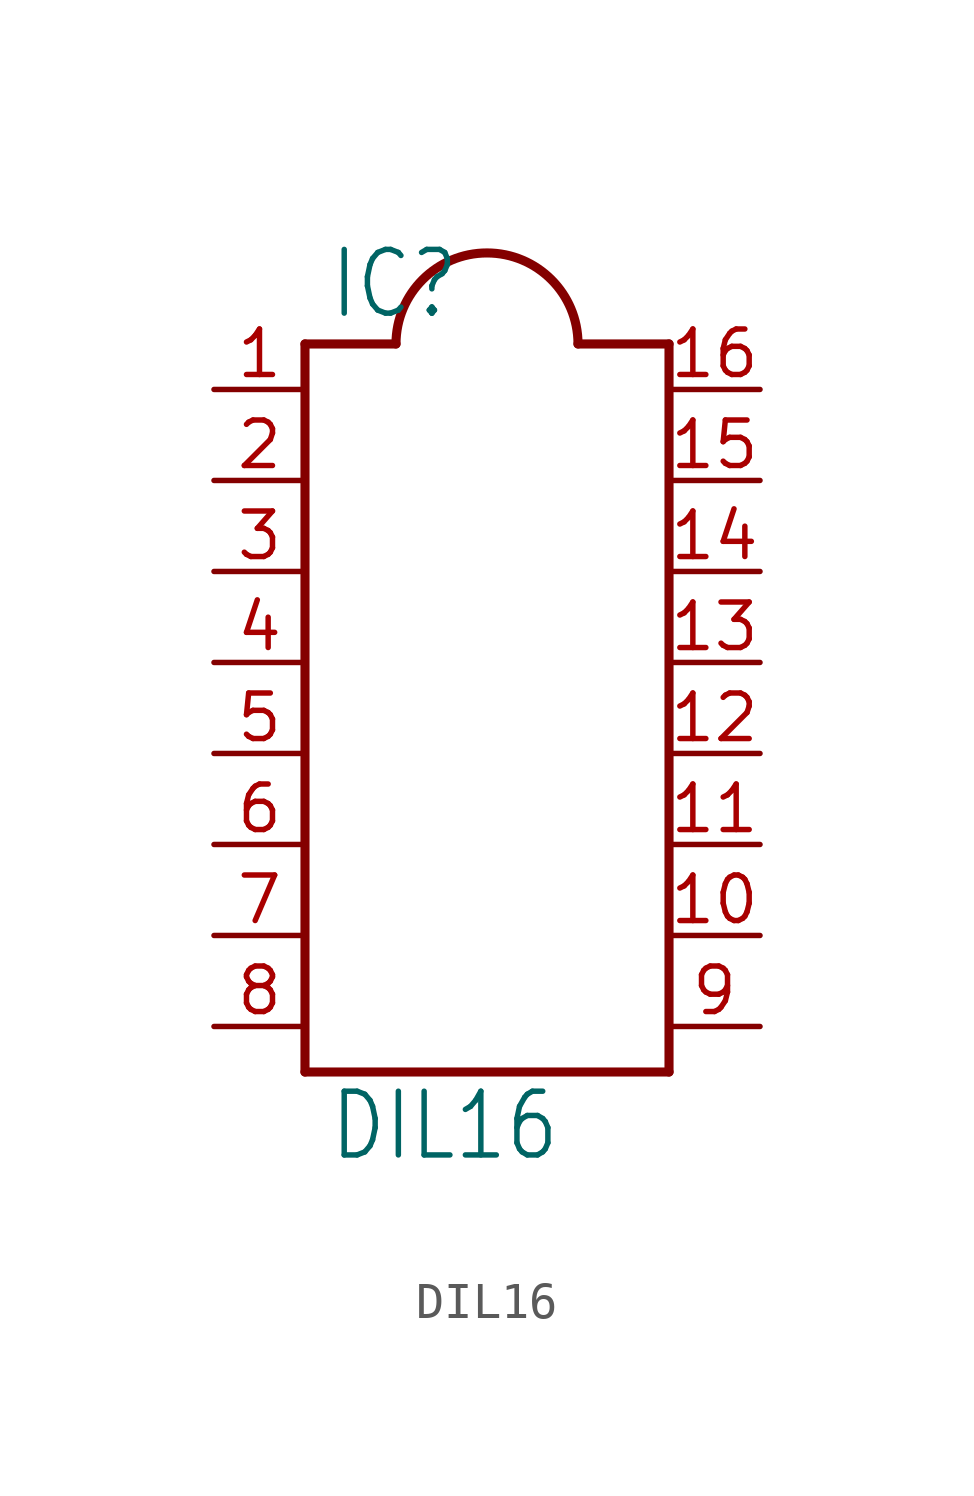
<source format=kicad_sym>
(kicad_symbol_lib
  (version 20220914)
  (generator kicad_symbol_editor)
  (symbol "DIL16"
    (property "Reference" "IC"
      (at -4.445 9.525 0)
      (effects (font (size 1.778 1.511)) (justify left bottom)))
    (property "Value" "DIL16"
      (at -4.445 -13.97 0)
      (effects (font (size 1.778 1.511)) (justify left bottom)))
    (property "ki_locked" ""
      (at 0 0 0)
      (effects (font (size 1.27 1.27))))
    (symbol "DIL16_1_0"
      (polyline (pts (xy -5.08 -11.43) (xy 5.08 -11.43)) (stroke (width 0.254) (type default)) (fill (type none)))
      (polyline (pts (xy -5.08 8.89) (xy -5.08 -11.43)) (stroke (width 0.254) (type default)) (fill (type none)))
      (polyline (pts (xy -5.08 8.89) (xy -2.54 8.89)) (stroke (width 0.254) (type default)) (fill (type none)))
      (polyline (pts (xy 5.08 -11.43) (xy 5.08 8.89)) (stroke (width 0.254) (type default)) (fill (type none)))
      (polyline (pts (xy 5.08 8.89) (xy 2.54 8.89)) (stroke (width 0.254) (type default)) (fill (type none)))
      (arc (start 2.54 8.89) (mid 0 11.419) (end -2.54 8.89) (stroke (width 0.254) (type default)) (fill (type none)))
      (pin passive line (at -7.62 7.62 0) (length 2.54) (name "1" (effects (font (size 0 0)))) (number "1" (effects (font (size 1.27 1.27)))))
      (pin passive line (at 7.62 -7.62 180) (length 2.54) (name "10" (effects (font (size 0 0)))) (number "10" (effects (font (size 1.27 1.27)))))
      (pin passive line (at 7.62 -5.08 180) (length 2.54) (name "11" (effects (font (size 0 0)))) (number "11" (effects (font (size 1.27 1.27)))))
      (pin passive line (at 7.62 -2.54 180) (length 2.54) (name "12" (effects (font (size 0 0)))) (number "12" (effects (font (size 1.27 1.27)))))
      (pin passive line (at 7.62 0 180) (length 2.54) (name "13" (effects (font (size 0 0)))) (number "13" (effects (font (size 1.27 1.27)))))
      (pin passive line (at 7.62 2.54 180) (length 2.54) (name "14" (effects (font (size 0 0)))) (number "14" (effects (font (size 1.27 1.27)))))
      (pin passive line (at 7.62 5.08 180) (length 2.54) (name "15" (effects (font (size 0 0)))) (number "15" (effects (font (size 1.27 1.27)))))
      (pin passive line (at 7.62 7.62 180) (length 2.54) (name "16" (effects (font (size 0 0)))) (number "16" (effects (font (size 1.27 1.27)))))
      (pin passive line (at -7.62 5.08 0) (length 2.54) (name "2" (effects (font (size 0 0)))) (number "2" (effects (font (size 1.27 1.27)))))
      (pin passive line (at -7.62 2.54 0) (length 2.54) (name "3" (effects (font (size 0 0)))) (number "3" (effects (font (size 1.27 1.27)))))
      (pin passive line (at -7.62 0 0) (length 2.54) (name "4" (effects (font (size 0 0)))) (number "4" (effects (font (size 1.27 1.27)))))
      (pin passive line (at -7.62 -2.54 0) (length 2.54) (name "5" (effects (font (size 0 0)))) (number "5" (effects (font (size 1.27 1.27)))))
      (pin passive line (at -7.62 -5.08 0) (length 2.54) (name "6" (effects (font (size 0 0)))) (number "6" (effects (font (size 1.27 1.27)))))
      (pin passive line (at -7.62 -7.62 0) (length 2.54) (name "7" (effects (font (size 0 0)))) (number "7" (effects (font (size 1.27 1.27)))))
      (pin passive line (at -7.62 -10.16 0) (length 2.54) (name "8" (effects (font (size 0 0)))) (number "8" (effects (font (size 1.27 1.27)))))
      (pin passive line (at 7.62 -10.16 180) (length 2.54) (name "9" (effects (font (size 0 0)))) (number "9" (effects (font (size 1.27 1.27))))))))
</source>
